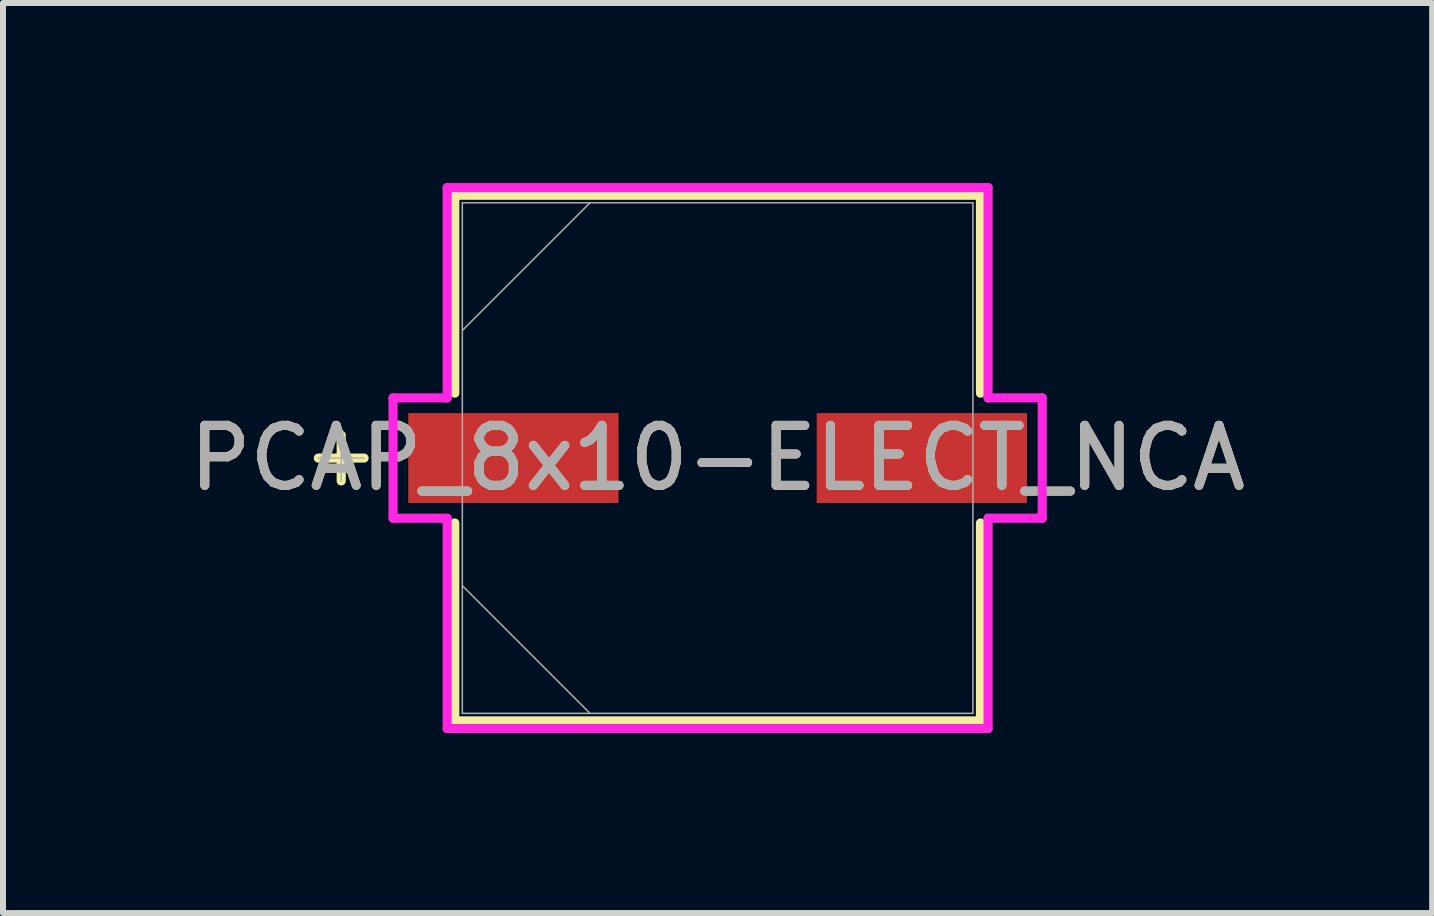
<source format=kicad_pcb>
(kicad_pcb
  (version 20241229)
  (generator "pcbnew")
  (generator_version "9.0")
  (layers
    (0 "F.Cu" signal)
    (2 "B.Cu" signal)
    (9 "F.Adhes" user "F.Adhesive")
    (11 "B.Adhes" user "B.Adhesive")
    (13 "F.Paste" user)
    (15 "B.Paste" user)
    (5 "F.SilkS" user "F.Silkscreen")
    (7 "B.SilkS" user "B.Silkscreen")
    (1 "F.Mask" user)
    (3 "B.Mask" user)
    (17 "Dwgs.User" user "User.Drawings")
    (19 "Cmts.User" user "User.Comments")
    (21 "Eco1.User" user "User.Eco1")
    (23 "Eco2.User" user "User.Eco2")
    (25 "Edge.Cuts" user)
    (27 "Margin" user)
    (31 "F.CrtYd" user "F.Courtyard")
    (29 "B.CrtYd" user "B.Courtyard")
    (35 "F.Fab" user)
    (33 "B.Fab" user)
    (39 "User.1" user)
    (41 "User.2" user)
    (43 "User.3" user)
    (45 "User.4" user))
  (footprint "PCAP_8x10-ELECT_NCA"
    (layer "F.Cu")
    (at 8.911 4.585)
    (property "Reference" "PCAP_8x10-ELECT_NCA" (at 0 0 0) (unlocked yes) (layer "F.SilkS") (effects (font (size 1 1) (thickness 0.15))))
    (attr smd)
    (fp_line (start -6.274 -0.381) (end -6.274 0.381) (stroke (width 0.152) (type solid)) (layer "F.SilkS"))
    (fp_line (start -5.893 0) (end -6.655 0) (stroke (width 0.152) (type solid)) (layer "F.SilkS"))
    (fp_line (start -4.381 -4.381) (end -4.381 -1.082) (stroke (width 0.152) (type solid)) (layer "F.SilkS"))
    (fp_line (start -4.381 1.082) (end -4.381 4.381) (stroke (width 0.152) (type solid)) (layer "F.SilkS"))
    (fp_line (start -4.381 4.381) (end 4.381 4.381) (stroke (width 0.152) (type solid)) (layer "F.SilkS"))
    (fp_line (start 4.381 -4.381) (end -4.381 -4.381) (stroke (width 0.152) (type solid)) (layer "F.SilkS"))
    (fp_line (start 4.381 -1.082) (end 4.381 -4.381) (stroke (width 0.152) (type solid)) (layer "F.SilkS"))
    (fp_line (start 4.381 4.381) (end 4.381 1.082) (stroke (width 0.152) (type solid)) (layer "F.SilkS"))
    (fp_line (start -5.41 -1.003) (end -4.508 -1.003) (stroke (width 0.152) (type solid)) (layer "F.CrtYd"))
    (fp_line (start -5.41 1.003) (end -5.41 -1.003) (stroke (width 0.152) (type solid)) (layer "F.CrtYd"))
    (fp_line (start -4.508 -4.508) (end 4.508 -4.508) (stroke (width 0.152) (type solid)) (layer "F.CrtYd"))
    (fp_line (start -4.508 -1.003) (end -4.508 -4.508) (stroke (width 0.152) (type solid)) (layer "F.CrtYd"))
    (fp_line (start -4.508 1.003) (end -5.41 1.003) (stroke (width 0.152) (type solid)) (layer "F.CrtYd"))
    (fp_line (start -4.508 4.508) (end -4.508 1.003) (stroke (width 0.152) (type solid)) (layer "F.CrtYd"))
    (fp_line (start 4.508 -4.508) (end 4.508 -1.003) (stroke (width 0.152) (type solid)) (layer "F.CrtYd"))
    (fp_line (start 4.508 -1.003) (end 5.41 -1.003) (stroke (width 0.152) (type solid)) (layer "F.CrtYd"))
    (fp_line (start 4.508 1.003) (end 4.508 4.508) (stroke (width 0.152) (type solid)) (layer "F.CrtYd"))
    (fp_line (start 4.508 4.508) (end -4.508 4.508) (stroke (width 0.152) (type solid)) (layer "F.CrtYd"))
    (fp_line (start 5.41 -1.003) (end 5.41 1.003) (stroke (width 0.152) (type solid)) (layer "F.CrtYd"))
    (fp_line (start 5.41 1.003) (end 4.508 1.003) (stroke (width 0.152) (type solid)) (layer "F.CrtYd"))
    (fp_line (start -6.274 -0.381) (end -6.274 0.381) (stroke (width 0.025) (type solid)) (layer "F.Fab"))
    (fp_line (start -5.893 0) (end -6.655 0) (stroke (width 0.025) (type solid)) (layer "F.Fab"))
    (fp_line (start -4.255 -4.255) (end -4.255 4.255) (stroke (width 0.025) (type solid)) (layer "F.Fab"))
    (fp_line (start -4.255 -2.127) (end -2.127 -4.255) (stroke (width 0.025) (type solid)) (layer "F.Fab"))
    (fp_line (start -4.255 2.127) (end -2.127 4.255) (stroke (width 0.025) (type solid)) (layer "F.Fab"))
    (fp_line (start -4.255 4.255) (end 4.255 4.255) (stroke (width 0.025) (type solid)) (layer "F.Fab"))
    (fp_line (start 4.255 -4.255) (end -4.255 -4.255) (stroke (width 0.025) (type solid)) (layer "F.Fab"))
    (fp_line (start 4.255 4.255) (end 4.255 -4.255) (stroke (width 0.025) (type solid)) (layer "F.Fab"))
    (fp_text user "${REFERENCE}" (at 0 0 0) (unlocked yes) (layer "F.Fab") (effects (font (size 1 1) (thickness 0.15))))
    (pad "1" smd rect (at -3.404 0) (size 3.505 1.499) (layers "F.Cu" "F.Mask" "F.Paste"))
    (pad "2" smd rect (at 3.404 0) (size 3.505 1.499) (layers "F.Cu" "F.Mask" "F.Paste"))
    (zone (net_name "") (layer "F.Cu") (hatch full 0.508) (connect_pads) (min_thickness 0.254) (filled_areas_thickness no) (keepout (tracks not_allowed) (vias not_allowed) (pads allowed) (copperpour not_allowed) (footprints allowed)) (placement (enabled no)) (fill) (polygon (pts (xy 6.383 0.381) (xy 13.114 0.381) (xy 13.114 3.785) (xy 6.383 3.785))))
    (zone (net_name "") (layer "F.Cu") (hatch full 0.508) (connect_pads) (min_thickness 0.254) (filled_areas_thickness no) (keepout (tracks not_allowed) (vias not_allowed) (pads allowed) (copperpour not_allowed) (footprints allowed)) (placement (enabled no)) (fill) (polygon (pts (xy 6.383 5.385) (xy 13.114 5.385) (xy 13.114 8.788) (xy 6.383 8.788))))
    (zone (net_name "") (layer "F.Cu") (hatch full 0.508) (connect_pads) (min_thickness 0.254) (filled_areas_thickness no) (keepout (tracks not_allowed) (vias not_allowed) (pads allowed) (copperpour not_allowed) (footprints allowed)) (placement (enabled no)) (fill) (polygon (pts (xy 7.311 3.785) (xy 10.511 3.785) (xy 10.511 5.385) (xy 7.311 5.385)))))
  (gr_rect
    (start -3 -3)
    (end 20.821 12.169)
    (stroke (width 0.1) (type default))
    (fill no)
    (layer "Edge.Cuts")))
</source>
